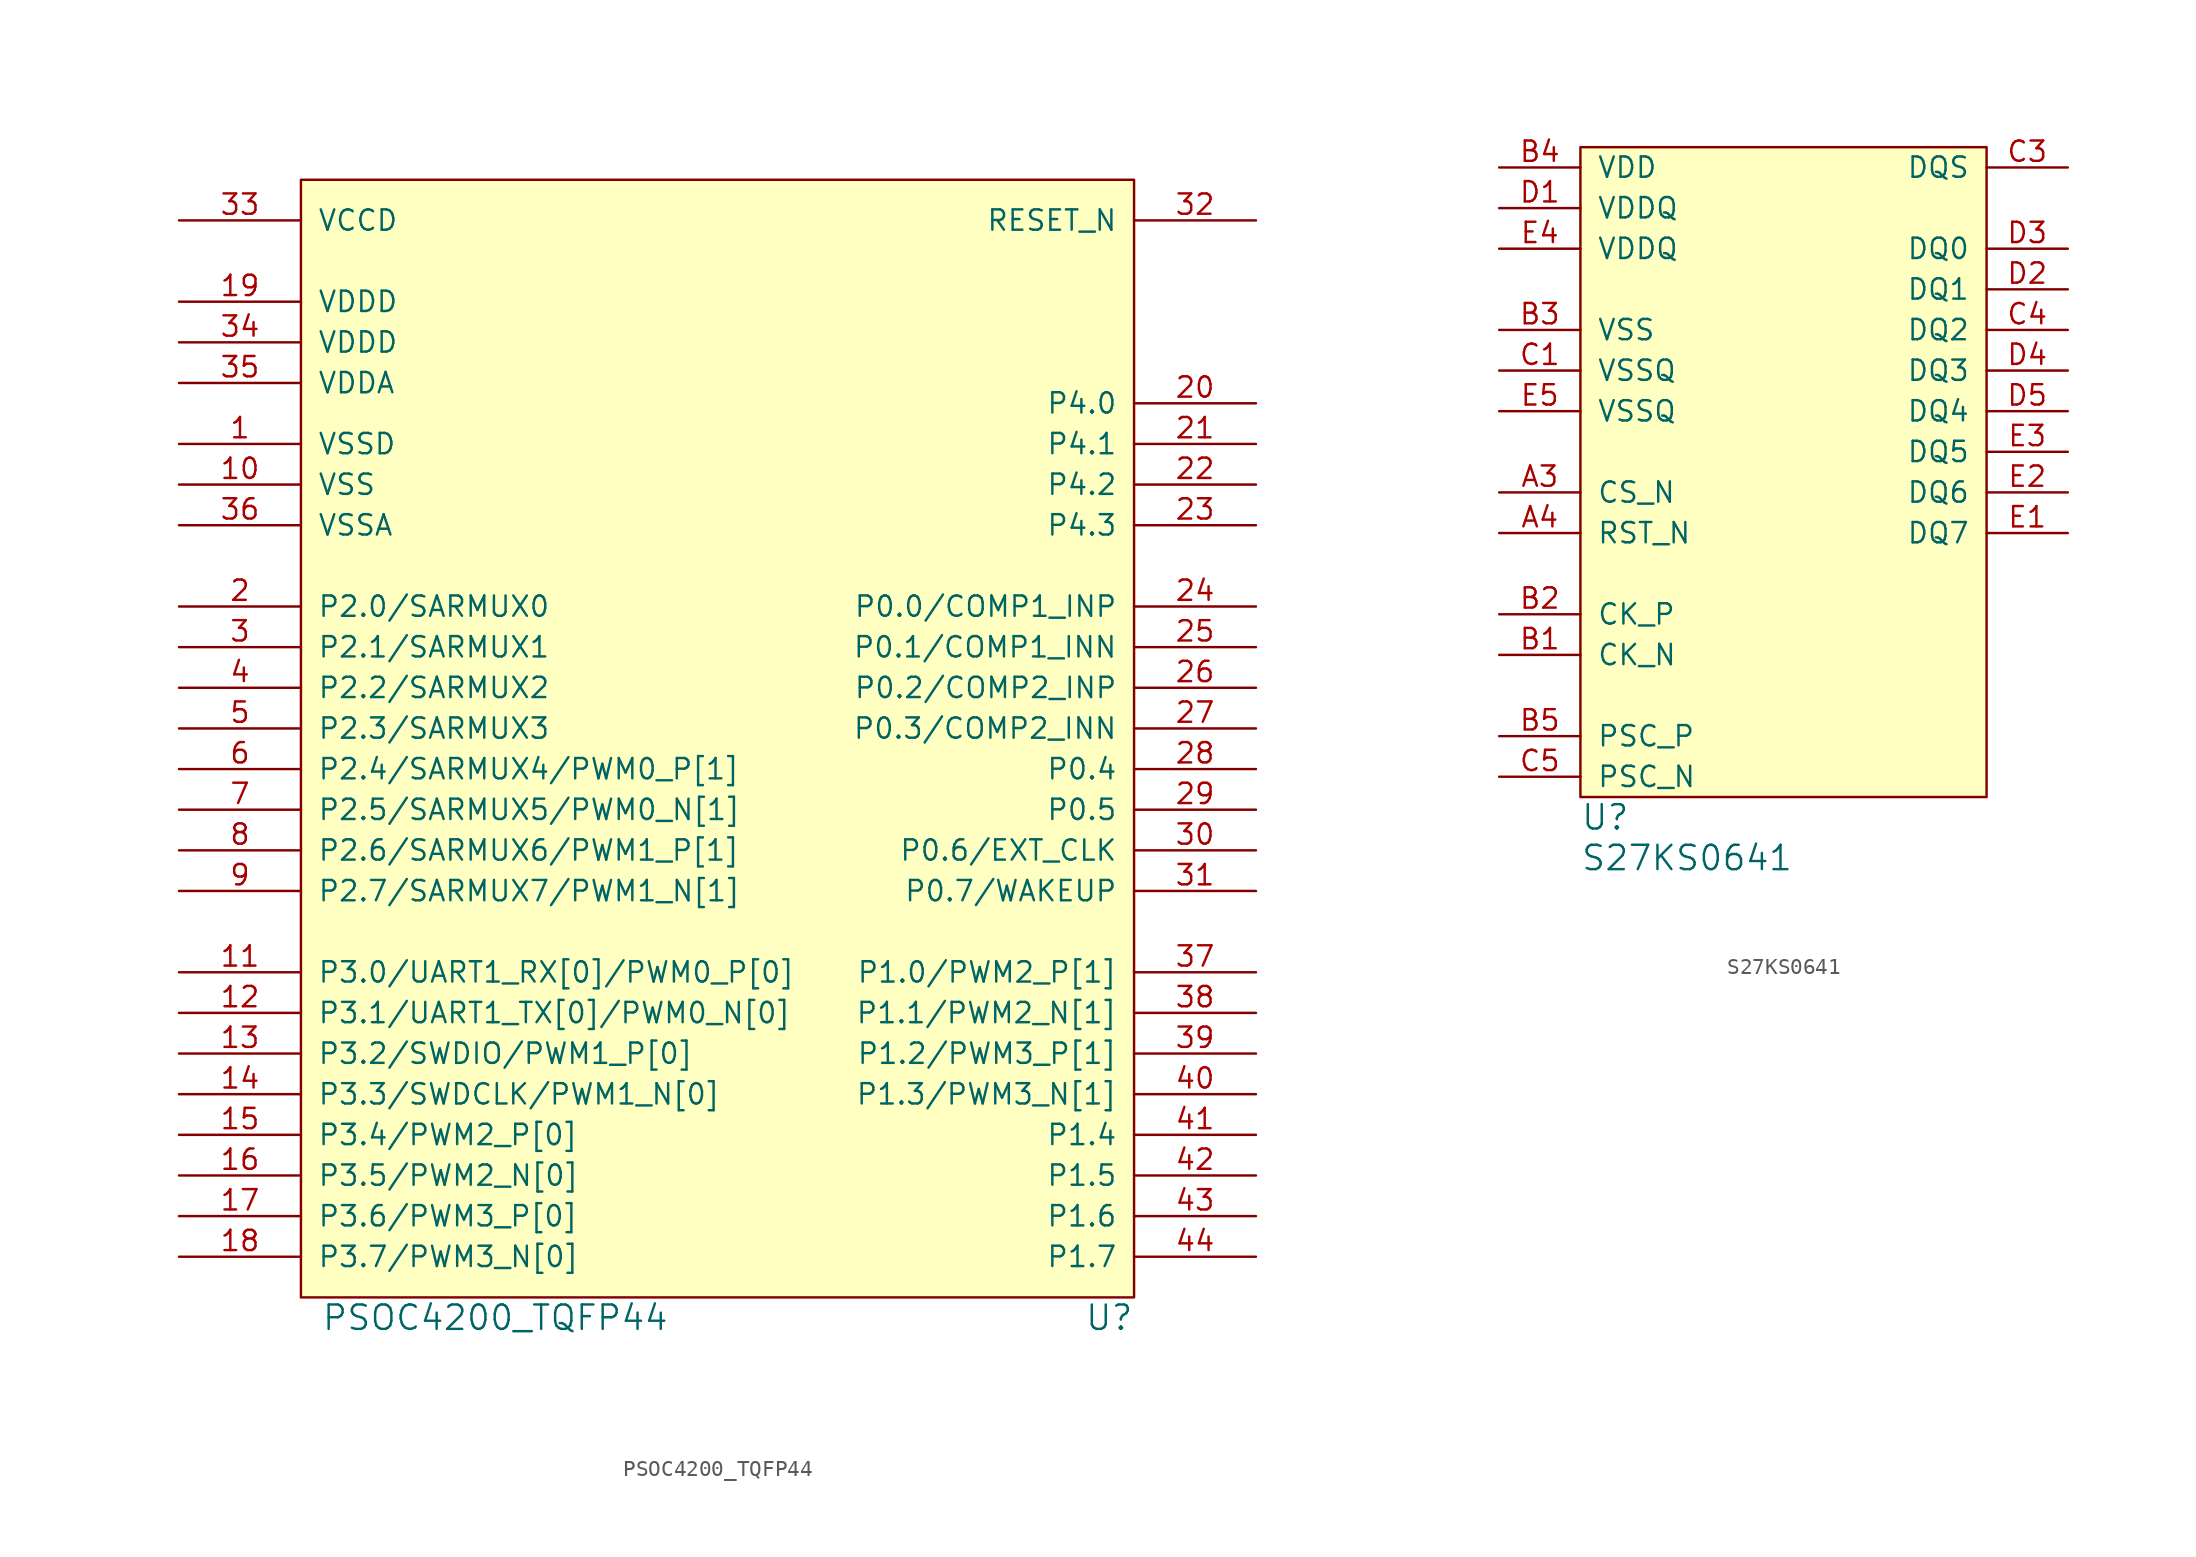
<source format=kicad_sym>
(kicad_symbol_lib
  (version 20211014)
  (generator kicad_symbol_editor)
  (symbol "PSOC4200_TQFP44"
    (pin_names
      (offset 1.016))
    (property "Reference" "U"
      (at 24.13 -3.81 0)
      (effects (font (size 1.524 1.524)) (justify right)))
    (property "Value" "PSOC4200_TQFP44"
      (at -26.67 -3.81 0)
      (effects (font (size 1.524 1.524)) (justify left)))
    (symbol "PSOC4200_TQFP44_0_1"
      (rectangle (start -27.94 67.31) (end 24.13 -2.54) (stroke (width 0) (type default) (color 0 0 0 0)) (fill (type background))))
    (symbol "PSOC4200_TQFP44_1_1"
      (pin power_in line (at -35.56 50.8 0) (length 7.62) (name "VSSD" (effects (font (size 1.27 1.27)))) (number "1" (effects (font (size 1.27 1.27)))))
      (pin power_in line (at -35.56 48.26 0) (length 7.62) (name "VSS" (effects (font (size 1.27 1.27)))) (number "10" (effects (font (size 1.27 1.27)))))
      (pin bidirectional line (at -35.56 17.78 0) (length 7.62) (name "P3.0/UART1_RX[0]/PWM0_P[0]" (effects (font (size 1.27 1.27)))) (number "11" (effects (font (size 1.27 1.27)))))
      (pin bidirectional line (at -35.56 15.24 0) (length 7.62) (name "P3.1/UART1_TX[0]/PWM0_N[0]" (effects (font (size 1.27 1.27)))) (number "12" (effects (font (size 1.27 1.27)))))
      (pin bidirectional line (at -35.56 12.7 0) (length 7.62) (name "P3.2/SWDIO/PWM1_P[0]" (effects (font (size 1.27 1.27)))) (number "13" (effects (font (size 1.27 1.27)))))
      (pin bidirectional line (at -35.56 10.16 0) (length 7.62) (name "P3.3/SWDCLK/PWM1_N[0]" (effects (font (size 1.27 1.27)))) (number "14" (effects (font (size 1.27 1.27)))))
      (pin bidirectional line (at -35.56 7.62 0) (length 7.62) (name "P3.4/PWM2_P[0]" (effects (font (size 1.27 1.27)))) (number "15" (effects (font (size 1.27 1.27)))))
      (pin bidirectional line (at -35.56 5.08 0) (length 7.62) (name "P3.5/PWM2_N[0]" (effects (font (size 1.27 1.27)))) (number "16" (effects (font (size 1.27 1.27)))))
      (pin bidirectional line (at -35.56 2.54 0) (length 7.62) (name "P3.6/PWM3_P[0]" (effects (font (size 1.27 1.27)))) (number "17" (effects (font (size 1.27 1.27)))))
      (pin bidirectional line (at -35.56 0 0) (length 7.62) (name "P3.7/PWM3_N[0]" (effects (font (size 1.27 1.27)))) (number "18" (effects (font (size 1.27 1.27)))))
      (pin power_in line (at -35.56 59.69 0) (length 7.62) (name "VDDD" (effects (font (size 1.27 1.27)))) (number "19" (effects (font (size 1.27 1.27)))))
      (pin bidirectional line (at -35.56 40.64 0) (length 7.62) (name "P2.0/SARMUX0" (effects (font (size 1.27 1.27)))) (number "2" (effects (font (size 1.27 1.27)))))
      (pin bidirectional line (at 31.75 53.34 180) (length 7.62) (name "P4.0" (effects (font (size 1.27 1.27)))) (number "20" (effects (font (size 1.27 1.27)))))
      (pin bidirectional line (at 31.75 50.8 180) (length 7.62) (name "P4.1" (effects (font (size 1.27 1.27)))) (number "21" (effects (font (size 1.27 1.27)))))
      (pin bidirectional line (at 31.75 48.26 180) (length 7.62) (name "P4.2" (effects (font (size 1.27 1.27)))) (number "22" (effects (font (size 1.27 1.27)))))
      (pin bidirectional line (at 31.75 45.72 180) (length 7.62) (name "P4.3" (effects (font (size 1.27 1.27)))) (number "23" (effects (font (size 1.27 1.27)))))
      (pin bidirectional line (at 31.75 40.64 180) (length 7.62) (name "P0.0/COMP1_INP" (effects (font (size 1.27 1.27)))) (number "24" (effects (font (size 1.27 1.27)))))
      (pin bidirectional line (at 31.75 38.1 180) (length 7.62) (name "P0.1/COMP1_INN" (effects (font (size 1.27 1.27)))) (number "25" (effects (font (size 1.27 1.27)))))
      (pin bidirectional line (at 31.75 35.56 180) (length 7.62) (name "P0.2/COMP2_INP" (effects (font (size 1.27 1.27)))) (number "26" (effects (font (size 1.27 1.27)))))
      (pin bidirectional line (at 31.75 33.02 180) (length 7.62) (name "P0.3/COMP2_INN" (effects (font (size 1.27 1.27)))) (number "27" (effects (font (size 1.27 1.27)))))
      (pin bidirectional line (at 31.75 30.48 180) (length 7.62) (name "P0.4" (effects (font (size 1.27 1.27)))) (number "28" (effects (font (size 1.27 1.27)))))
      (pin bidirectional line (at 31.75 27.94 180) (length 7.62) (name "P0.5" (effects (font (size 1.27 1.27)))) (number "29" (effects (font (size 1.27 1.27)))))
      (pin bidirectional line (at -35.56 38.1 0) (length 7.62) (name "P2.1/SARMUX1" (effects (font (size 1.27 1.27)))) (number "3" (effects (font (size 1.27 1.27)))))
      (pin bidirectional line (at 31.75 25.4 180) (length 7.62) (name "P0.6/EXT_CLK" (effects (font (size 1.27 1.27)))) (number "30" (effects (font (size 1.27 1.27)))))
      (pin bidirectional line (at 31.75 22.86 180) (length 7.62) (name "P0.7/WAKEUP" (effects (font (size 1.27 1.27)))) (number "31" (effects (font (size 1.27 1.27)))))
      (pin input line (at 31.75 64.77 180) (length 7.62) (name "RESET_N" (effects (font (size 1.27 1.27)))) (number "32" (effects (font (size 1.27 1.27)))))
      (pin power_in line (at -35.56 64.77 0) (length 7.62) (name "VCCD" (effects (font (size 1.27 1.27)))) (number "33" (effects (font (size 1.27 1.27)))))
      (pin power_in line (at -35.56 57.15 0) (length 7.62) (name "VDDD" (effects (font (size 1.27 1.27)))) (number "34" (effects (font (size 1.27 1.27)))))
      (pin power_in line (at -35.56 54.61 0) (length 7.62) (name "VDDA" (effects (font (size 1.27 1.27)))) (number "35" (effects (font (size 1.27 1.27)))))
      (pin power_in line (at -35.56 45.72 0) (length 7.62) (name "VSSA" (effects (font (size 1.27 1.27)))) (number "36" (effects (font (size 1.27 1.27)))))
      (pin bidirectional line (at 31.75 17.78 180) (length 7.62) (name "P1.0/PWM2_P[1]" (effects (font (size 1.27 1.27)))) (number "37" (effects (font (size 1.27 1.27)))))
      (pin bidirectional line (at 31.75 15.24 180) (length 7.62) (name "P1.1/PWM2_N[1]" (effects (font (size 1.27 1.27)))) (number "38" (effects (font (size 1.27 1.27)))))
      (pin bidirectional line (at 31.75 12.7 180) (length 7.62) (name "P1.2/PWM3_P[1]" (effects (font (size 1.27 1.27)))) (number "39" (effects (font (size 1.27 1.27)))))
      (pin bidirectional line (at -35.56 35.56 0) (length 7.62) (name "P2.2/SARMUX2" (effects (font (size 1.27 1.27)))) (number "4" (effects (font (size 1.27 1.27)))))
      (pin bidirectional line (at 31.75 10.16 180) (length 7.62) (name "P1.3/PWM3_N[1]" (effects (font (size 1.27 1.27)))) (number "40" (effects (font (size 1.27 1.27)))))
      (pin bidirectional line (at 31.75 7.62 180) (length 7.62) (name "P1.4" (effects (font (size 1.27 1.27)))) (number "41" (effects (font (size 1.27 1.27)))))
      (pin bidirectional line (at 31.75 5.08 180) (length 7.62) (name "P1.5" (effects (font (size 1.27 1.27)))) (number "42" (effects (font (size 1.27 1.27)))))
      (pin bidirectional line (at 31.75 2.54 180) (length 7.62) (name "P1.6" (effects (font (size 1.27 1.27)))) (number "43" (effects (font (size 1.27 1.27)))))
      (pin bidirectional line (at 31.75 0 180) (length 7.62) (name "P1.7" (effects (font (size 1.27 1.27)))) (number "44" (effects (font (size 1.27 1.27)))))
      (pin bidirectional line (at -35.56 33.02 0) (length 7.62) (name "P2.3/SARMUX3" (effects (font (size 1.27 1.27)))) (number "5" (effects (font (size 1.27 1.27)))))
      (pin bidirectional line (at -35.56 30.48 0) (length 7.62) (name "P2.4/SARMUX4/PWM0_P[1]" (effects (font (size 1.27 1.27)))) (number "6" (effects (font (size 1.27 1.27)))))
      (pin bidirectional line (at -35.56 27.94 0) (length 7.62) (name "P2.5/SARMUX5/PWM0_N[1]" (effects (font (size 1.27 1.27)))) (number "7" (effects (font (size 1.27 1.27)))))
      (pin bidirectional line (at -35.56 25.4 0) (length 7.62) (name "P2.6/SARMUX6/PWM1_P[1]" (effects (font (size 1.27 1.27)))) (number "8" (effects (font (size 1.27 1.27)))))
      (pin bidirectional line (at -35.56 22.86 0) (length 7.62) (name "P2.7/SARMUX7/PWM1_N[1]" (effects (font (size 1.27 1.27)))) (number "9" (effects (font (size 1.27 1.27)))))))
  (symbol "S27KS0641"
    (pin_names
      (offset 1.016))
    (property "Reference" "U"
      (at 0 -1.27 0)
      (effects (font (size 1.524 1.524)) (justify left)))
    (property "Value" "S27KS0641"
      (at 0 -3.81 0)
      (effects (font (size 1.524 1.524)) (justify left)))
    (symbol "S27KS0641_0_1"
      (rectangle (start 0 40.64) (end 25.4 0) (stroke (width 0) (type default) (color 0 0 0 0)) (fill (type background))))
    (symbol "S27KS0641_1_1"
      (pin input line (at -5.08 19.05 0) (length 5.08) (name "CS_N" (effects (font (size 1.27 1.27)))) (number "A3" (effects (font (size 1.27 1.27)))))
      (pin input line (at -5.08 16.51 0) (length 5.08) (name "RST_N" (effects (font (size 1.27 1.27)))) (number "A4" (effects (font (size 1.27 1.27)))))
      (pin input line (at -5.08 8.89 0) (length 5.08) (name "CK_N" (effects (font (size 1.27 1.27)))) (number "B1" (effects (font (size 1.27 1.27)))))
      (pin input line (at -5.08 11.43 0) (length 5.08) (name "CK_P" (effects (font (size 1.27 1.27)))) (number "B2" (effects (font (size 1.27 1.27)))))
      (pin power_in line (at -5.08 29.21 0) (length 5.08) (name "VSS" (effects (font (size 1.27 1.27)))) (number "B3" (effects (font (size 1.27 1.27)))))
      (pin power_in line (at -5.08 39.37 0) (length 5.08) (name "VDD" (effects (font (size 1.27 1.27)))) (number "B4" (effects (font (size 1.27 1.27)))))
      (pin input line (at -5.08 3.81 0) (length 5.08) (name "PSC_P" (effects (font (size 1.27 1.27)))) (number "B5" (effects (font (size 1.27 1.27)))))
      (pin power_in line (at -5.08 26.67 0) (length 5.08) (name "VSSQ" (effects (font (size 1.27 1.27)))) (number "C1" (effects (font (size 1.27 1.27)))))
      (pin bidirectional line (at 30.48 39.37 180) (length 5.08) (name "DQS" (effects (font (size 1.27 1.27)))) (number "C3" (effects (font (size 1.27 1.27)))))
      (pin bidirectional line (at 30.48 29.21 180) (length 5.08) (name "DQ2" (effects (font (size 1.27 1.27)))) (number "C4" (effects (font (size 1.27 1.27)))))
      (pin input line (at -5.08 1.27 0) (length 5.08) (name "PSC_N" (effects (font (size 1.27 1.27)))) (number "C5" (effects (font (size 1.27 1.27)))))
      (pin power_in line (at -5.08 36.83 0) (length 5.08) (name "VDDQ" (effects (font (size 1.27 1.27)))) (number "D1" (effects (font (size 1.27 1.27)))))
      (pin bidirectional line (at 30.48 31.75 180) (length 5.08) (name "DQ1" (effects (font (size 1.27 1.27)))) (number "D2" (effects (font (size 1.27 1.27)))))
      (pin bidirectional line (at 30.48 34.29 180) (length 5.08) (name "DQ0" (effects (font (size 1.27 1.27)))) (number "D3" (effects (font (size 1.27 1.27)))))
      (pin bidirectional line (at 30.48 26.67 180) (length 5.08) (name "DQ3" (effects (font (size 1.27 1.27)))) (number "D4" (effects (font (size 1.27 1.27)))))
      (pin bidirectional line (at 30.48 24.13 180) (length 5.08) (name "DQ4" (effects (font (size 1.27 1.27)))) (number "D5" (effects (font (size 1.27 1.27)))))
      (pin bidirectional line (at 30.48 16.51 180) (length 5.08) (name "DQ7" (effects (font (size 1.27 1.27)))) (number "E1" (effects (font (size 1.27 1.27)))))
      (pin bidirectional line (at 30.48 19.05 180) (length 5.08) (name "DQ6" (effects (font (size 1.27 1.27)))) (number "E2" (effects (font (size 1.27 1.27)))))
      (pin bidirectional line (at 30.48 21.59 180) (length 5.08) (name "DQ5" (effects (font (size 1.27 1.27)))) (number "E3" (effects (font (size 1.27 1.27)))))
      (pin power_in line (at -5.08 34.29 0) (length 5.08) (name "VDDQ" (effects (font (size 1.27 1.27)))) (number "E4" (effects (font (size 1.27 1.27)))))
      (pin power_in line (at -5.08 24.13 0) (length 5.08) (name "VSSQ" (effects (font (size 1.27 1.27)))) (number "E5" (effects (font (size 1.27 1.27))))))))
</source>
